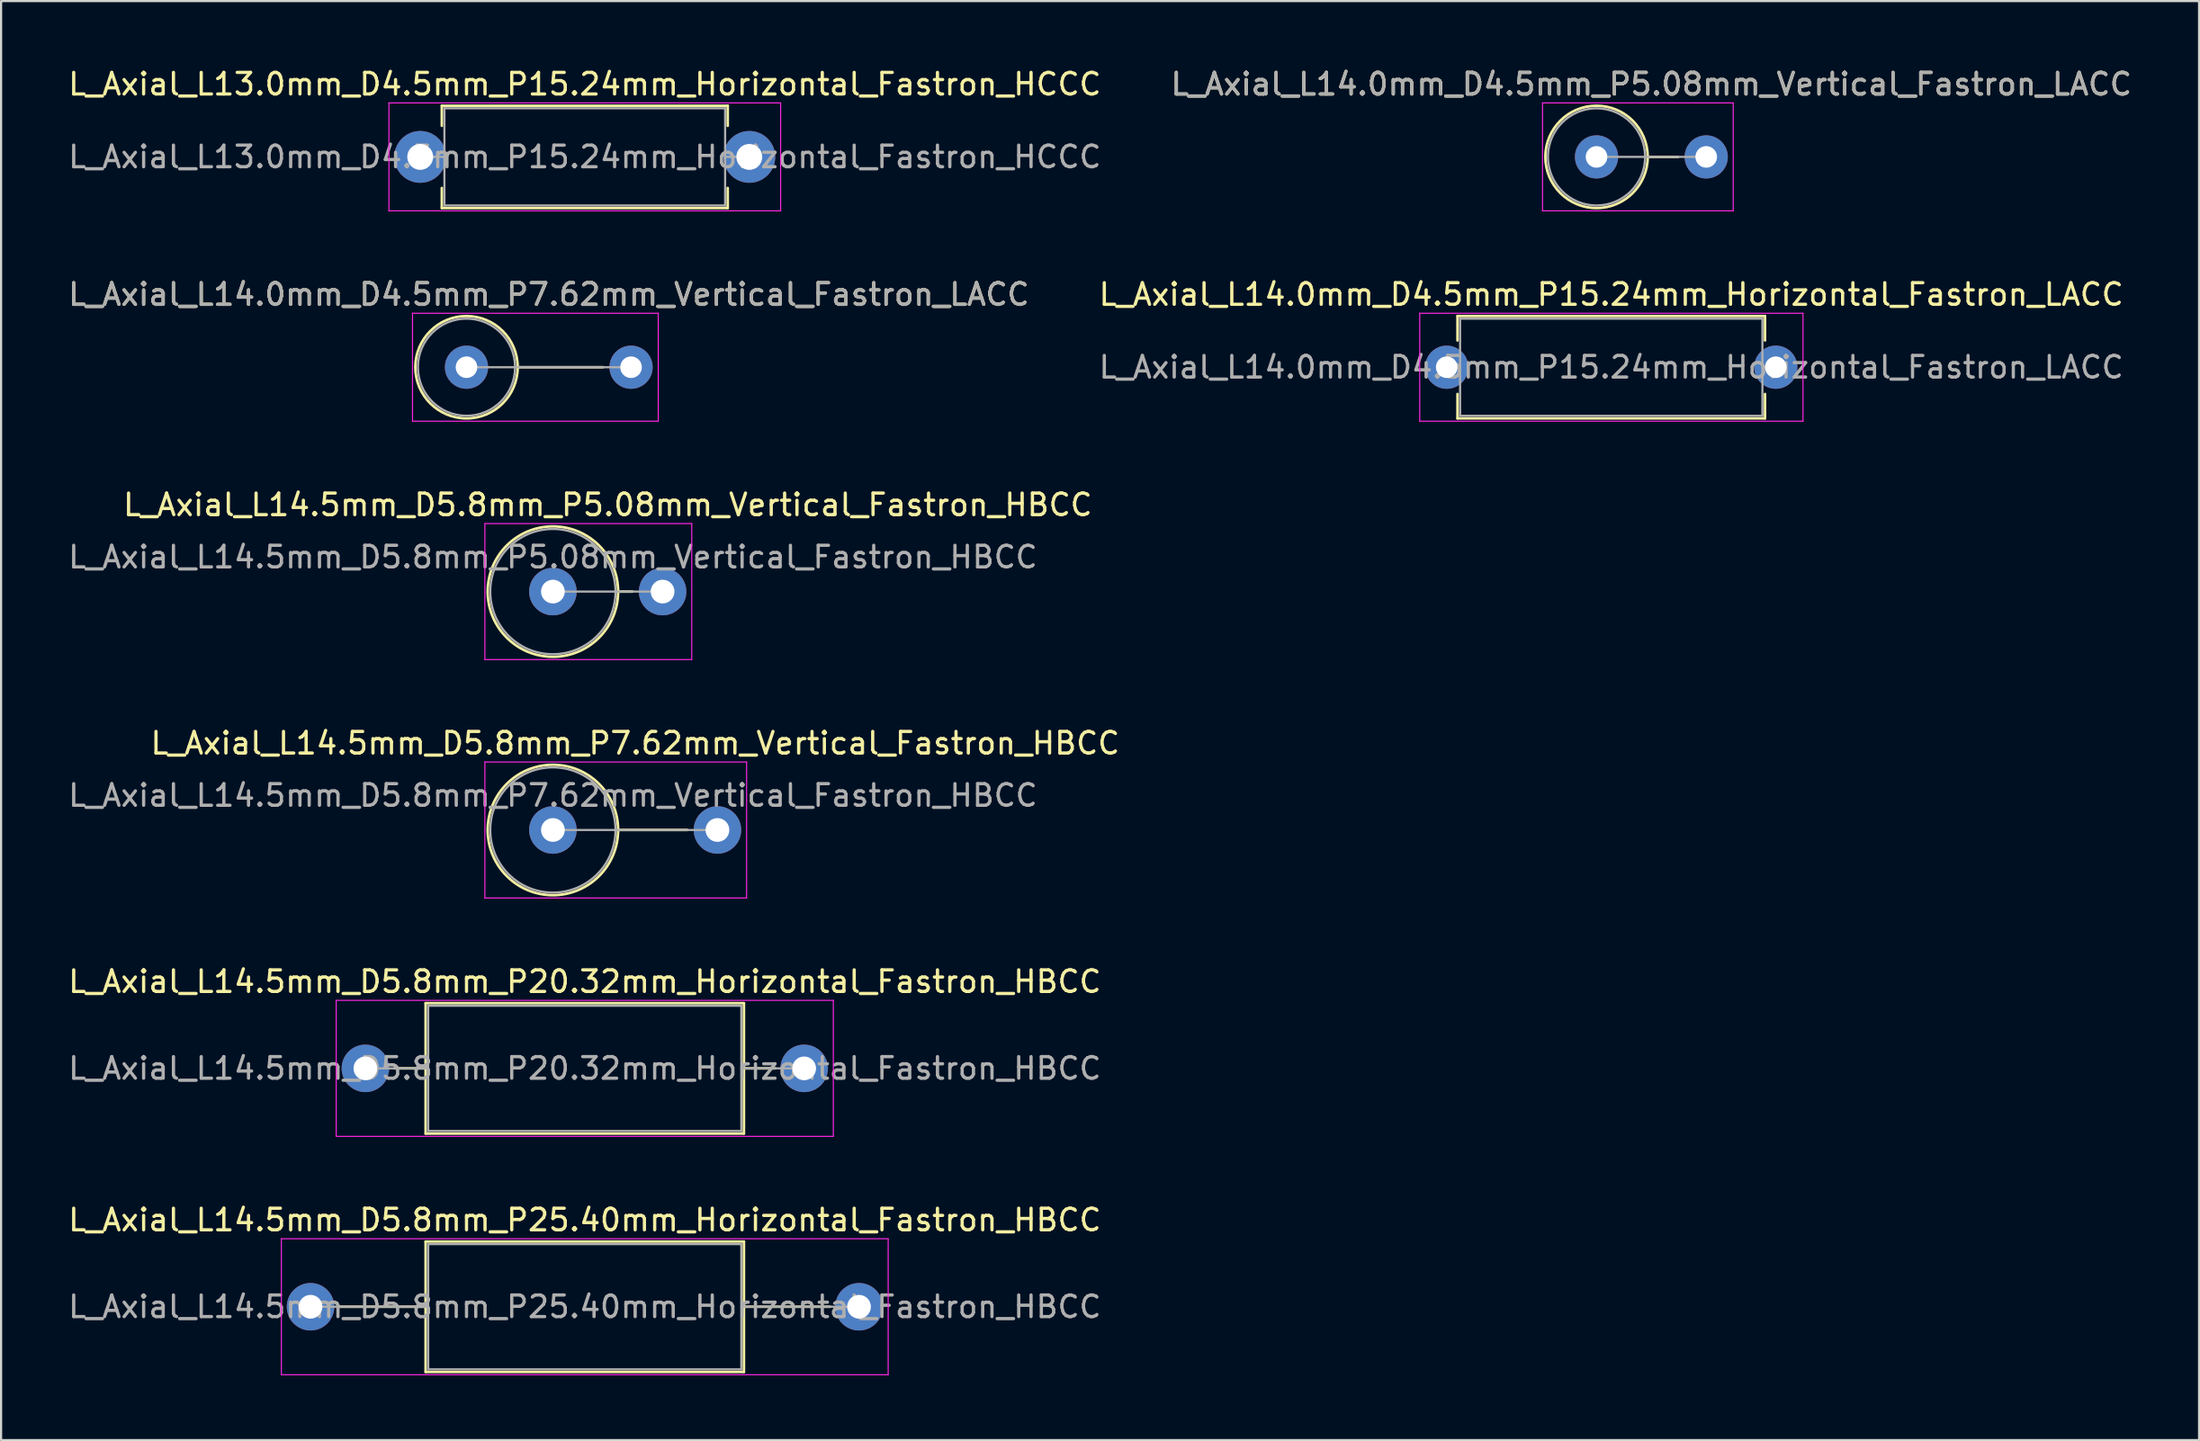
<source format=kicad_pcb>
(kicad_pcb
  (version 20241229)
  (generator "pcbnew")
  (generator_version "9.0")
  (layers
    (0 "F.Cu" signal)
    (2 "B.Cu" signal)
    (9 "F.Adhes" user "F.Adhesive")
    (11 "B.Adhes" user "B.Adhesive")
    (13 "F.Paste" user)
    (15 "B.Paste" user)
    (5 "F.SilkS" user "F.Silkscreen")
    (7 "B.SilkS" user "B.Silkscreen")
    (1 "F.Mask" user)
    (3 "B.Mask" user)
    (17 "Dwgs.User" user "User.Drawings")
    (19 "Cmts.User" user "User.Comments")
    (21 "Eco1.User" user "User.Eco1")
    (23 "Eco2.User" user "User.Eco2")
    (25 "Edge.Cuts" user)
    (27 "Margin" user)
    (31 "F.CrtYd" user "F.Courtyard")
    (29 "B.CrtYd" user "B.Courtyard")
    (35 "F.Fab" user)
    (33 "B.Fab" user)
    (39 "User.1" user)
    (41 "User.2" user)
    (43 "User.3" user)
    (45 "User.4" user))
  (footprint "L_Axial_L14.5mm_D5.8mm_P7.62mm_Vertical_Fastron_HBCC"
    (layer "F.Cu")
    (at 22.554 35.398)
    (property "Reference" "L_Axial_L14.5mm_D5.8mm_P7.62mm_Vertical_Fastron_HBCC" (at 3.81 -4.02 0) (layer "F.SilkS") (effects (font (size 1 1) (thickness 0.15))))
    (attr through_hole)
    (fp_line (start 3.02 0) (end 6.22 0) (stroke (width 0.12) (type solid)) (layer "F.SilkS"))
    (fp_circle (center 0 0) (end 3.02 0) (stroke (width 0.12) (type solid)) (fill no) (layer "F.SilkS"))
    (fp_line (start -3.15 -3.15) (end -3.15 3.15) (stroke (width 0.05) (type solid)) (layer "F.CrtYd"))
    (fp_line (start -3.15 3.15) (end 8.97 3.15) (stroke (width 0.05) (type solid)) (layer "F.CrtYd"))
    (fp_line (start 8.97 -3.15) (end -3.15 -3.15) (stroke (width 0.05) (type solid)) (layer "F.CrtYd"))
    (fp_line (start 8.97 3.15) (end 8.97 -3.15) (stroke (width 0.05) (type solid)) (layer "F.CrtYd"))
    (fp_line (start 0 0) (end 7.62 0) (stroke (width 0.1) (type solid)) (layer "F.Fab"))
    (fp_circle (center 0 0) (end 2.9 0) (stroke (width 0.1) (type solid)) (fill no) (layer "F.Fab"))
    (fp_text user "${REFERENCE}" (at 0 -1.6 0) (layer "F.Fab") (effects (font (size 1 1) (thickness 0.15))))
    (pad "1" thru_hole circle (at 0 0) (size 2.2 2.2) (drill 1.1) (layers "*.Cu" "*.Mask"))
    (pad "2" thru_hole oval (at 7.62 0) (size 2.2 2.2) (drill 1.1) (layers "*.Cu" "*.Mask")))
  (footprint "L_Axial_L14.0mm_D4.5mm_P5.08mm_Vertical_Fastron_LACC"
    (layer "F.Cu")
    (at 70.883 4.218)
    (property "Reference" "L_Axial_L14.0mm_D4.5mm_P5.08mm_Vertical_Fastron_LACC" (at 2.54 -3.37 0) (layer "F.SilkS") (effects (font (size 1 1) (thickness 0.15))))
    (attr through_hole)
    (fp_line (start 2.37 0) (end 3.78 0) (stroke (width 0.12) (type solid)) (layer "F.SilkS"))
    (fp_circle (center 0 0) (end 2.37 0) (stroke (width 0.12) (type solid)) (fill no) (layer "F.SilkS"))
    (fp_line (start -2.5 -2.5) (end -2.5 2.5) (stroke (width 0.05) (type solid)) (layer "F.CrtYd"))
    (fp_line (start -2.5 2.5) (end 6.33 2.5) (stroke (width 0.05) (type solid)) (layer "F.CrtYd"))
    (fp_line (start 6.33 -2.5) (end -2.5 -2.5) (stroke (width 0.05) (type solid)) (layer "F.CrtYd"))
    (fp_line (start 6.33 2.5) (end 6.33 -2.5) (stroke (width 0.05) (type solid)) (layer "F.CrtYd"))
    (fp_line (start 0 0) (end 5.08 0) (stroke (width 0.1) (type solid)) (layer "F.Fab"))
    (fp_circle (center 0 0) (end 2.25 0) (stroke (width 0.1) (type solid)) (fill no) (layer "F.Fab"))
    (fp_text user "${REFERENCE}" (at 2.54 -3.37 0) (layer "F.Fab") (effects (font (size 1 1) (thickness 0.15))))
    (pad "1" thru_hole circle (at 0 0) (size 2 2) (drill 1) (layers "*.Cu" "*.Mask"))
    (pad "2" thru_hole oval (at 5.08 0) (size 2 2) (drill 1) (layers "*.Cu" "*.Mask")))
  (footprint "L_Axial_L14.5mm_D5.8mm_P25.40mm_Horizontal_Fastron_HBCC"
    (layer "F.Cu")
    (at 11.33 57.484)
    (property "Reference" "L_Axial_L14.5mm_D5.8mm_P25.40mm_Horizontal_Fastron_HBCC" (at 12.7 -4.02 0) (layer "F.SilkS") (effects (font (size 1 1) (thickness 0.15))))
    (attr through_hole)
    (fp_line (start 1.34 0) (end 5.33 0) (stroke (width 0.12) (type solid)) (layer "F.SilkS"))
    (fp_line (start 5.33 -3.02) (end 5.33 3.02) (stroke (width 0.12) (type solid)) (layer "F.SilkS"))
    (fp_line (start 5.33 3.02) (end 20.07 3.02) (stroke (width 0.12) (type solid)) (layer "F.SilkS"))
    (fp_line (start 20.07 -3.02) (end 5.33 -3.02) (stroke (width 0.12) (type solid)) (layer "F.SilkS"))
    (fp_line (start 20.07 3.02) (end 20.07 -3.02) (stroke (width 0.12) (type solid)) (layer "F.SilkS"))
    (fp_line (start 24.06 0) (end 20.07 0) (stroke (width 0.12) (type solid)) (layer "F.SilkS"))
    (fp_line (start -1.35 -3.15) (end -1.35 3.15) (stroke (width 0.05) (type solid)) (layer "F.CrtYd"))
    (fp_line (start -1.35 3.15) (end 26.75 3.15) (stroke (width 0.05) (type solid)) (layer "F.CrtYd"))
    (fp_line (start 26.75 -3.15) (end -1.35 -3.15) (stroke (width 0.05) (type solid)) (layer "F.CrtYd"))
    (fp_line (start 26.75 3.15) (end 26.75 -3.15) (stroke (width 0.05) (type solid)) (layer "F.CrtYd"))
    (fp_line (start 0 0) (end 5.45 0) (stroke (width 0.1) (type solid)) (layer "F.Fab"))
    (fp_line (start 5.45 -2.9) (end 5.45 2.9) (stroke (width 0.1) (type solid)) (layer "F.Fab"))
    (fp_line (start 5.45 2.9) (end 19.95 2.9) (stroke (width 0.1) (type solid)) (layer "F.Fab"))
    (fp_line (start 19.95 -2.9) (end 5.45 -2.9) (stroke (width 0.1) (type solid)) (layer "F.Fab"))
    (fp_line (start 19.95 2.9) (end 19.95 -2.9) (stroke (width 0.1) (type solid)) (layer "F.Fab"))
    (fp_line (start 25.4 0) (end 19.95 0) (stroke (width 0.1) (type solid)) (layer "F.Fab"))
    (fp_text user "${REFERENCE}" (at 12.7 0 0) (layer "F.Fab") (effects (font (size 1 1) (thickness 0.15))))
    (pad "1" thru_hole circle (at 0 0) (size 2.2 2.2) (drill 1.1) (layers "*.Cu" "*.Mask"))
    (pad "2" thru_hole oval (at 25.4 0) (size 2.2 2.2) (drill 1.1) (layers "*.Cu" "*.Mask")))
  (footprint "L_Axial_L14.0mm_D4.5mm_P7.62mm_Vertical_Fastron_LACC"
    (layer "F.Cu")
    (at 18.553 13.961)
    (property "Reference" "L_Axial_L14.0mm_D4.5mm_P7.62mm_Vertical_Fastron_LACC" (at 3.81 -3.37 0) (layer "F.SilkS") (effects (font (size 1 1) (thickness 0.15))))
    (attr through_hole)
    (fp_line (start 2.37 0) (end 6.32 0) (stroke (width 0.12) (type solid)) (layer "F.SilkS"))
    (fp_circle (center 0 0) (end 2.37 0) (stroke (width 0.12) (type solid)) (fill no) (layer "F.SilkS"))
    (fp_line (start -2.5 -2.5) (end -2.5 2.5) (stroke (width 0.05) (type solid)) (layer "F.CrtYd"))
    (fp_line (start -2.5 2.5) (end 8.88 2.5) (stroke (width 0.05) (type solid)) (layer "F.CrtYd"))
    (fp_line (start 8.88 -2.5) (end -2.5 -2.5) (stroke (width 0.05) (type solid)) (layer "F.CrtYd"))
    (fp_line (start 8.88 2.5) (end 8.88 -2.5) (stroke (width 0.05) (type solid)) (layer "F.CrtYd"))
    (fp_line (start 0 0) (end 7.62 0) (stroke (width 0.1) (type solid)) (layer "F.Fab"))
    (fp_circle (center 0 0) (end 2.25 0) (stroke (width 0.1) (type solid)) (fill no) (layer "F.Fab"))
    (fp_text user "${REFERENCE}" (at 3.81 -3.37 0) (layer "F.Fab") (effects (font (size 1 1) (thickness 0.15))))
    (pad "1" thru_hole circle (at 0 0) (size 2 2) (drill 1) (layers "*.Cu" "*.Mask"))
    (pad "2" thru_hole oval (at 7.62 0) (size 2 2) (drill 1) (layers "*.Cu" "*.Mask")))
  (footprint "L_Axial_L14.5mm_D5.8mm_P5.08mm_Vertical_Fastron_HBCC"
    (layer "F.Cu")
    (at 22.554 24.355)
    (property "Reference" "L_Axial_L14.5mm_D5.8mm_P5.08mm_Vertical_Fastron_HBCC" (at 2.54 -4.02 0) (layer "F.SilkS") (effects (font (size 1 1) (thickness 0.15))))
    (attr through_hole)
    (fp_line (start 3.02 0) (end 3.68 0) (stroke (width 0.12) (type solid)) (layer "F.SilkS"))
    (fp_circle (center 0 0) (end 3.02 0) (stroke (width 0.12) (type solid)) (fill no) (layer "F.SilkS"))
    (fp_line (start -3.15 -3.15) (end -3.15 3.15) (stroke (width 0.05) (type solid)) (layer "F.CrtYd"))
    (fp_line (start -3.15 3.15) (end 6.43 3.15) (stroke (width 0.05) (type solid)) (layer "F.CrtYd"))
    (fp_line (start 6.43 -3.15) (end -3.15 -3.15) (stroke (width 0.05) (type solid)) (layer "F.CrtYd"))
    (fp_line (start 6.43 3.15) (end 6.43 -3.15) (stroke (width 0.05) (type solid)) (layer "F.CrtYd"))
    (fp_line (start 0 0) (end 5.08 0) (stroke (width 0.1) (type solid)) (layer "F.Fab"))
    (fp_circle (center 0 0) (end 2.9 0) (stroke (width 0.1) (type solid)) (fill no) (layer "F.Fab"))
    (fp_text user "${REFERENCE}" (at 0 -1.6 0) (layer "F.Fab") (effects (font (size 1 1) (thickness 0.15))))
    (pad "1" thru_hole circle (at 0 0) (size 2.2 2.2) (drill 1.1) (layers "*.Cu" "*.Mask"))
    (pad "2" thru_hole oval (at 5.08 0) (size 2.2 2.2) (drill 1.1) (layers "*.Cu" "*.Mask")))
  (footprint "L_Axial_L13.0mm_D4.5mm_P15.24mm_Horizontal_Fastron_HCCC"
    (layer "F.Cu")
    (at 16.41 4.218)
    (property "Reference" "L_Axial_L13.0mm_D4.5mm_P15.24mm_Horizontal_Fastron_HCCC" (at 7.62 -3.37 0) (layer "F.SilkS") (effects (font (size 1 1) (thickness 0.15))))
    (attr through_hole)
    (fp_line (start 1 -2.37) (end 14.24 -2.37) (stroke (width 0.12) (type solid)) (layer "F.SilkS"))
    (fp_line (start 1 -1.44) (end 1 -2.37) (stroke (width 0.12) (type solid)) (layer "F.SilkS"))
    (fp_line (start 1 1.44) (end 1 2.37) (stroke (width 0.12) (type solid)) (layer "F.SilkS"))
    (fp_line (start 1 2.37) (end 14.24 2.37) (stroke (width 0.12) (type solid)) (layer "F.SilkS"))
    (fp_line (start 14.24 -2.37) (end 14.24 -1.44) (stroke (width 0.12) (type solid)) (layer "F.SilkS"))
    (fp_line (start 14.24 2.37) (end 14.24 1.44) (stroke (width 0.12) (type solid)) (layer "F.SilkS"))
    (fp_line (start -1.45 -2.5) (end -1.45 2.5) (stroke (width 0.05) (type solid)) (layer "F.CrtYd"))
    (fp_line (start -1.45 2.5) (end 16.69 2.5) (stroke (width 0.05) (type solid)) (layer "F.CrtYd"))
    (fp_line (start 16.69 -2.5) (end -1.45 -2.5) (stroke (width 0.05) (type solid)) (layer "F.CrtYd"))
    (fp_line (start 16.69 2.5) (end 16.69 -2.5) (stroke (width 0.05) (type solid)) (layer "F.CrtYd"))
    (fp_line (start 0 0) (end 1.12 0) (stroke (width 0.1) (type solid)) (layer "F.Fab"))
    (fp_line (start 1.12 -2.25) (end 1.12 2.25) (stroke (width 0.1) (type solid)) (layer "F.Fab"))
    (fp_line (start 1.12 2.25) (end 14.12 2.25) (stroke (width 0.1) (type solid)) (layer "F.Fab"))
    (fp_line (start 14.12 -2.25) (end 1.12 -2.25) (stroke (width 0.1) (type solid)) (layer "F.Fab"))
    (fp_line (start 14.12 2.25) (end 14.12 -2.25) (stroke (width 0.1) (type solid)) (layer "F.Fab"))
    (fp_line (start 15.24 0) (end 14.12 0) (stroke (width 0.1) (type solid)) (layer "F.Fab"))
    (fp_text user "${REFERENCE}" (at 7.62 0 0) (layer "F.Fab") (effects (font (size 1 1) (thickness 0.15))))
    (pad "1" thru_hole circle (at 0 0) (size 2.4 2.4) (drill 1.2) (layers "*.Cu" "*.Mask"))
    (pad "2" thru_hole oval (at 15.24 0) (size 2.4 2.4) (drill 1.2) (layers "*.Cu" "*.Mask")))
  (footprint "L_Axial_L14.5mm_D5.8mm_P20.32mm_Horizontal_Fastron_HBCC"
    (layer "F.Cu")
    (at 13.87 46.441)
    (property "Reference" "L_Axial_L14.5mm_D5.8mm_P20.32mm_Horizontal_Fastron_HBCC" (at 10.16 -4.02 0) (layer "F.SilkS") (effects (font (size 1 1) (thickness 0.15))))
    (attr through_hole)
    (fp_line (start 1.34 0) (end 2.79 0) (stroke (width 0.12) (type solid)) (layer "F.SilkS"))
    (fp_line (start 2.79 -3.02) (end 2.79 3.02) (stroke (width 0.12) (type solid)) (layer "F.SilkS"))
    (fp_line (start 2.79 3.02) (end 17.53 3.02) (stroke (width 0.12) (type solid)) (layer "F.SilkS"))
    (fp_line (start 17.53 -3.02) (end 2.79 -3.02) (stroke (width 0.12) (type solid)) (layer "F.SilkS"))
    (fp_line (start 17.53 3.02) (end 17.53 -3.02) (stroke (width 0.12) (type solid)) (layer "F.SilkS"))
    (fp_line (start 18.98 0) (end 17.53 0) (stroke (width 0.12) (type solid)) (layer "F.SilkS"))
    (fp_line (start -1.35 -3.15) (end -1.35 3.15) (stroke (width 0.05) (type solid)) (layer "F.CrtYd"))
    (fp_line (start -1.35 3.15) (end 21.67 3.15) (stroke (width 0.05) (type solid)) (layer "F.CrtYd"))
    (fp_line (start 21.67 -3.15) (end -1.35 -3.15) (stroke (width 0.05) (type solid)) (layer "F.CrtYd"))
    (fp_line (start 21.67 3.15) (end 21.67 -3.15) (stroke (width 0.05) (type solid)) (layer "F.CrtYd"))
    (fp_line (start 0 0) (end 2.91 0) (stroke (width 0.1) (type solid)) (layer "F.Fab"))
    (fp_line (start 2.91 -2.9) (end 2.91 2.9) (stroke (width 0.1) (type solid)) (layer "F.Fab"))
    (fp_line (start 2.91 2.9) (end 17.41 2.9) (stroke (width 0.1) (type solid)) (layer "F.Fab"))
    (fp_line (start 17.41 -2.9) (end 2.91 -2.9) (stroke (width 0.1) (type solid)) (layer "F.Fab"))
    (fp_line (start 17.41 2.9) (end 17.41 -2.9) (stroke (width 0.1) (type solid)) (layer "F.Fab"))
    (fp_line (start 20.32 0) (end 17.41 0) (stroke (width 0.1) (type solid)) (layer "F.Fab"))
    (fp_text user "${REFERENCE}" (at 10.16 0 0) (layer "F.Fab") (effects (font (size 1 1) (thickness 0.15))))
    (pad "1" thru_hole circle (at 0 0) (size 2.2 2.2) (drill 1.1) (layers "*.Cu" "*.Mask"))
    (pad "2" thru_hole oval (at 20.32 0) (size 2.2 2.2) (drill 1.1) (layers "*.Cu" "*.Mask")))
  (footprint "L_Axial_L14.0mm_D4.5mm_P15.24mm_Horizontal_Fastron_LACC"
    (layer "F.Cu")
    (at 63.945 13.961)
    (property "Reference" "L_Axial_L14.0mm_D4.5mm_P15.24mm_Horizontal_Fastron_LACC" (at 7.62 -3.37 0) (layer "F.SilkS") (effects (font (size 1 1) (thickness 0.15))))
    (attr through_hole)
    (fp_line (start 0.5 -2.37) (end 14.74 -2.37) (stroke (width 0.12) (type solid)) (layer "F.SilkS"))
    (fp_line (start 0.5 -1.24) (end 0.5 -2.37) (stroke (width 0.12) (type solid)) (layer "F.SilkS"))
    (fp_line (start 0.5 1.24) (end 0.5 2.37) (stroke (width 0.12) (type solid)) (layer "F.SilkS"))
    (fp_line (start 0.5 2.37) (end 14.74 2.37) (stroke (width 0.12) (type solid)) (layer "F.SilkS"))
    (fp_line (start 14.74 -2.37) (end 14.74 -1.24) (stroke (width 0.12) (type solid)) (layer "F.SilkS"))
    (fp_line (start 14.74 2.37) (end 14.74 1.24) (stroke (width 0.12) (type solid)) (layer "F.SilkS"))
    (fp_line (start -1.25 -2.5) (end -1.25 2.5) (stroke (width 0.05) (type solid)) (layer "F.CrtYd"))
    (fp_line (start -1.25 2.5) (end 16.5 2.5) (stroke (width 0.05) (type solid)) (layer "F.CrtYd"))
    (fp_line (start 16.5 -2.5) (end -1.25 -2.5) (stroke (width 0.05) (type solid)) (layer "F.CrtYd"))
    (fp_line (start 16.5 2.5) (end 16.5 -2.5) (stroke (width 0.05) (type solid)) (layer "F.CrtYd"))
    (fp_line (start 0 0) (end 0.62 0) (stroke (width 0.1) (type solid)) (layer "F.Fab"))
    (fp_line (start 0.62 -2.25) (end 0.62 2.25) (stroke (width 0.1) (type solid)) (layer "F.Fab"))
    (fp_line (start 0.62 2.25) (end 14.62 2.25) (stroke (width 0.1) (type solid)) (layer "F.Fab"))
    (fp_line (start 14.62 -2.25) (end 0.62 -2.25) (stroke (width 0.1) (type solid)) (layer "F.Fab"))
    (fp_line (start 14.62 2.25) (end 14.62 -2.25) (stroke (width 0.1) (type solid)) (layer "F.Fab"))
    (fp_line (start 15.24 0) (end 14.62 0) (stroke (width 0.1) (type solid)) (layer "F.Fab"))
    (fp_text user "${REFERENCE}" (at 7.62 0 0) (layer "F.Fab") (effects (font (size 1 1) (thickness 0.15))))
    (pad "1" thru_hole circle (at 0 0) (size 2 2) (drill 1) (layers "*.Cu" "*.Mask"))
    (pad "2" thru_hole oval (at 15.24 0) (size 2 2) (drill 1) (layers "*.Cu" "*.Mask")))
  (gr_rect
    (start -3 -3)
    (end 98.786 63.66)
    (stroke (width 0.1) (type default))
    (fill no)
    (layer "Edge.Cuts")))
</source>
